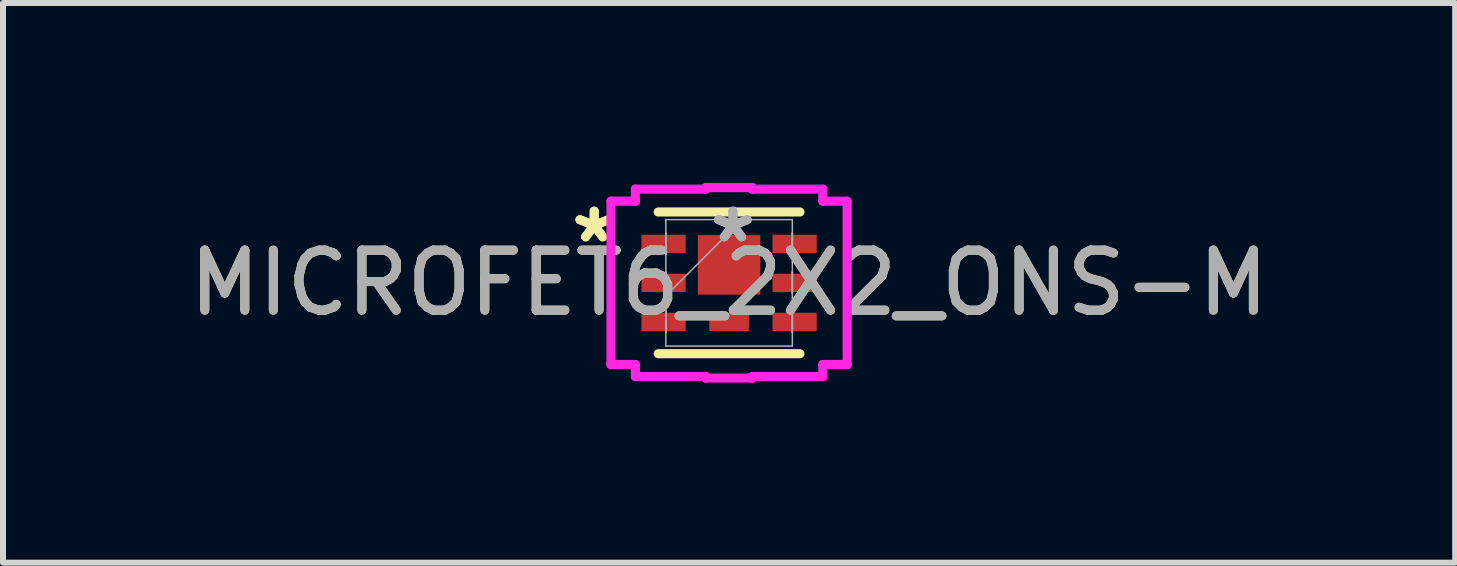
<source format=kicad_pcb>
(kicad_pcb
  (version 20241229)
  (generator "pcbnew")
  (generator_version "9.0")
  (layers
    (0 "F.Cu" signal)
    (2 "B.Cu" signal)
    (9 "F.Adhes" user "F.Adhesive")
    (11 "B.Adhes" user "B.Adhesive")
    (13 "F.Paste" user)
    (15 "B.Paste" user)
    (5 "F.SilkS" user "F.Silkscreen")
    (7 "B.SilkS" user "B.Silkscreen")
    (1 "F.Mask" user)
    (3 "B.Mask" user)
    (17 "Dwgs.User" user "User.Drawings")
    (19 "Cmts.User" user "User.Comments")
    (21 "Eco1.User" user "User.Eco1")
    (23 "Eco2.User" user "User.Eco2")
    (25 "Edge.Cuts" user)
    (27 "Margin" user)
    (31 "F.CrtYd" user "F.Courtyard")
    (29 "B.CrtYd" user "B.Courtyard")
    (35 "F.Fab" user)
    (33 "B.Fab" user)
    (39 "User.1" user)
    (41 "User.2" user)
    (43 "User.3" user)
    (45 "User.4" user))
  (footprint "MICROFET6_2X2_ONS-M"
    (layer "F.Cu")
    (at 9.101 1.664)
    (property "Reference" "MICROFET6_2X2_ONS-M" (at 0 0 0) (unlocked yes) (layer "F.SilkS") (effects (font (size 1 1) (thickness 0.15))))
    (attr smd)
    (fp_line (start -1.181 1.181) (end 1.181 1.181) (stroke (width 0.152) (type solid)) (layer "F.SilkS"))
    (fp_line (start 1.181 -1.181) (end -1.181 -1.181) (stroke (width 0.152) (type solid)) (layer "F.SilkS"))
    (fp_line (start -1.968 -1.361) (end -1.562 -1.361) (stroke (width 0.152) (type solid)) (layer "F.CrtYd"))
    (fp_line (start -1.968 1.361) (end -1.968 -1.361) (stroke (width 0.152) (type solid)) (layer "F.CrtYd"))
    (fp_line (start -1.562 -1.562) (end -0.386 -1.562) (stroke (width 0.152) (type solid)) (layer "F.CrtYd"))
    (fp_line (start -1.562 -1.361) (end -1.562 -1.562) (stroke (width 0.152) (type solid)) (layer "F.CrtYd"))
    (fp_line (start -1.562 1.361) (end -1.968 1.361) (stroke (width 0.152) (type solid)) (layer "F.CrtYd"))
    (fp_line (start -1.562 1.562) (end -1.562 1.361) (stroke (width 0.152) (type solid)) (layer "F.CrtYd"))
    (fp_line (start -0.386 -1.587) (end 0.386 -1.587) (stroke (width 0.152) (type solid)) (layer "F.CrtYd"))
    (fp_line (start -0.386 -1.562) (end -0.386 -1.587) (stroke (width 0.152) (type solid)) (layer "F.CrtYd"))
    (fp_line (start -0.386 1.562) (end -1.562 1.562) (stroke (width 0.152) (type solid)) (layer "F.CrtYd"))
    (fp_line (start -0.386 1.587) (end -0.386 1.562) (stroke (width 0.152) (type solid)) (layer "F.CrtYd"))
    (fp_line (start 0.386 -1.587) (end 0.386 -1.562) (stroke (width 0.152) (type solid)) (layer "F.CrtYd"))
    (fp_line (start 0.386 -1.562) (end 1.562 -1.562) (stroke (width 0.152) (type solid)) (layer "F.CrtYd"))
    (fp_line (start 0.386 1.562) (end 0.386 1.587) (stroke (width 0.152) (type solid)) (layer "F.CrtYd"))
    (fp_line (start 0.386 1.587) (end -0.386 1.587) (stroke (width 0.152) (type solid)) (layer "F.CrtYd"))
    (fp_line (start 1.562 -1.562) (end 1.562 -1.361) (stroke (width 0.152) (type solid)) (layer "F.CrtYd"))
    (fp_line (start 1.562 -1.361) (end 1.968 -1.361) (stroke (width 0.152) (type solid)) (layer "F.CrtYd"))
    (fp_line (start 1.562 1.361) (end 1.562 1.562) (stroke (width 0.152) (type solid)) (layer "F.CrtYd"))
    (fp_line (start 1.562 1.562) (end 0.386 1.562) (stroke (width 0.152) (type solid)) (layer "F.CrtYd"))
    (fp_line (start 1.968 -1.361) (end 1.968 1.361) (stroke (width 0.152) (type solid)) (layer "F.CrtYd"))
    (fp_line (start 1.968 1.361) (end 1.562 1.361) (stroke (width 0.152) (type solid)) (layer "F.CrtYd"))
    (fp_line (start -1.054 -1.054) (end -1.054 1.054) (stroke (width 0.025) (type solid)) (layer "F.Fab"))
    (fp_line (start -1.054 -0.828) (end -1.054 -0.828) (stroke (width 0.025) (type solid)) (layer "F.Fab"))
    (fp_line (start -1.054 -0.828) (end -1.054 -0.472) (stroke (width 0.025) (type solid)) (layer "F.Fab"))
    (fp_line (start -1.054 -0.472) (end -1.054 -0.828) (stroke (width 0.025) (type solid)) (layer "F.Fab"))
    (fp_line (start -1.054 -0.472) (end -1.054 -0.472) (stroke (width 0.025) (type solid)) (layer "F.Fab"))
    (fp_line (start -1.054 -0.178) (end -1.054 -0.178) (stroke (width 0.025) (type solid)) (layer "F.Fab"))
    (fp_line (start -1.054 -0.178) (end -1.054 0.178) (stroke (width 0.025) (type solid)) (layer "F.Fab"))
    (fp_line (start -1.054 0.178) (end -1.054 -0.178) (stroke (width 0.025) (type solid)) (layer "F.Fab"))
    (fp_line (start -1.054 0.178) (end -1.054 0.178) (stroke (width 0.025) (type solid)) (layer "F.Fab"))
    (fp_line (start -1.054 0.216) (end 0.216 -1.054) (stroke (width 0.025) (type solid)) (layer "F.Fab"))
    (fp_line (start -1.054 0.472) (end -1.054 0.472) (stroke (width 0.025) (type solid)) (layer "F.Fab"))
    (fp_line (start -1.054 0.472) (end -1.054 0.828) (stroke (width 0.025) (type solid)) (layer "F.Fab"))
    (fp_line (start -1.054 0.828) (end -1.054 0.472) (stroke (width 0.025) (type solid)) (layer "F.Fab"))
    (fp_line (start -1.054 0.828) (end -1.054 0.828) (stroke (width 0.025) (type solid)) (layer "F.Fab"))
    (fp_line (start -1.054 1.054) (end 1.054 1.054) (stroke (width 0.025) (type solid)) (layer "F.Fab"))
    (fp_line (start 1.054 -1.054) (end -1.054 -1.054) (stroke (width 0.025) (type solid)) (layer "F.Fab"))
    (fp_line (start 1.054 -0.828) (end 1.054 -0.828) (stroke (width 0.025) (type solid)) (layer "F.Fab"))
    (fp_line (start 1.054 -0.828) (end 1.054 -0.472) (stroke (width 0.025) (type solid)) (layer "F.Fab"))
    (fp_line (start 1.054 -0.472) (end 1.054 -0.828) (stroke (width 0.025) (type solid)) (layer "F.Fab"))
    (fp_line (start 1.054 -0.472) (end 1.054 -0.472) (stroke (width 0.025) (type solid)) (layer "F.Fab"))
    (fp_line (start 1.054 -0.178) (end 1.054 -0.178) (stroke (width 0.025) (type solid)) (layer "F.Fab"))
    (fp_line (start 1.054 -0.178) (end 1.054 0.178) (stroke (width 0.025) (type solid)) (layer "F.Fab"))
    (fp_line (start 1.054 0.178) (end 1.054 -0.178) (stroke (width 0.025) (type solid)) (layer "F.Fab"))
    (fp_line (start 1.054 0.178) (end 1.054 0.178) (stroke (width 0.025) (type solid)) (layer "F.Fab"))
    (fp_line (start 1.054 0.472) (end 1.054 0.472) (stroke (width 0.025) (type solid)) (layer "F.Fab"))
    (fp_line (start 1.054 0.472) (end 1.054 0.828) (stroke (width 0.025) (type solid)) (layer "F.Fab"))
    (fp_line (start 1.054 0.828) (end 1.054 0.472) (stroke (width 0.025) (type solid)) (layer "F.Fab"))
    (fp_line (start 1.054 0.828) (end 1.054 0.828) (stroke (width 0.025) (type solid)) (layer "F.Fab"))
    (fp_line (start 1.054 1.054) (end 1.054 -1.054) (stroke (width 0.025) (type solid)) (layer "F.Fab"))
    (fp_text user "*" (at -2.248 -0.65 0) (unlocked yes) (layer "F.SilkS") (effects (font (size 1 1) (thickness 0.15))))
    (fp_text user "*" (at -2.248 -0.65 0) (layer "F.SilkS") (effects (font (size 1 1) (thickness 0.15))))
    (fp_text user "*" (at 0.064 -0.65 0) (unlocked yes) (layer "F.Fab") (effects (font (size 1 1) (thickness 0.15))))
    (fp_text user "*" (at 0.064 -0.65 0) (layer "F.Fab") (effects (font (size 1 1) (thickness 0.15))))
    (fp_text user "${REFERENCE}" (at 0 0 0) (unlocked yes) (layer "F.Fab") (effects (font (size 1 1) (thickness 0.15))))
    (pad "1" smd rect (at -1.092 -0.65 90) (size 0.305 0.737) (layers "F.Cu" "F.Mask" "F.Paste"))
    (pad "2" smd rect (at -1.092 0 90) (size 0.305 0.737) (layers "F.Cu" "F.Mask" "F.Paste"))
    (pad "3" smd rect (at -1.092 0.65 90) (size 0.305 0.737) (layers "F.Cu" "F.Mask" "F.Paste"))
    (pad "4" smd rect (at 1.092 0.65 90) (size 0.305 0.737) (layers "F.Cu" "F.Mask" "F.Paste"))
    (pad "5" smd rect (at 1.092 0 90) (size 0.305 0.737) (layers "F.Cu" "F.Mask" "F.Paste"))
    (pad "6" smd rect (at 1.092 -0.65 90) (size 0.305 0.737) (layers "F.Cu" "F.Mask" "F.Paste"))
    (pad "7" smd rect (at 0 -0.3) (size 1.041 0.991) (layers "F.Cu" "F.Mask" "F.Paste"))
    (pad "8" smd rect (at 0 0.65) (size 0.66 0.305) (layers "F.Cu" "F.Mask" "F.Paste")))
  (gr_rect
    (start -3 -3)
    (end 21.202 6.327)
    (stroke (width 0.1) (type default))
    (fill no)
    (layer "Edge.Cuts")))
</source>
